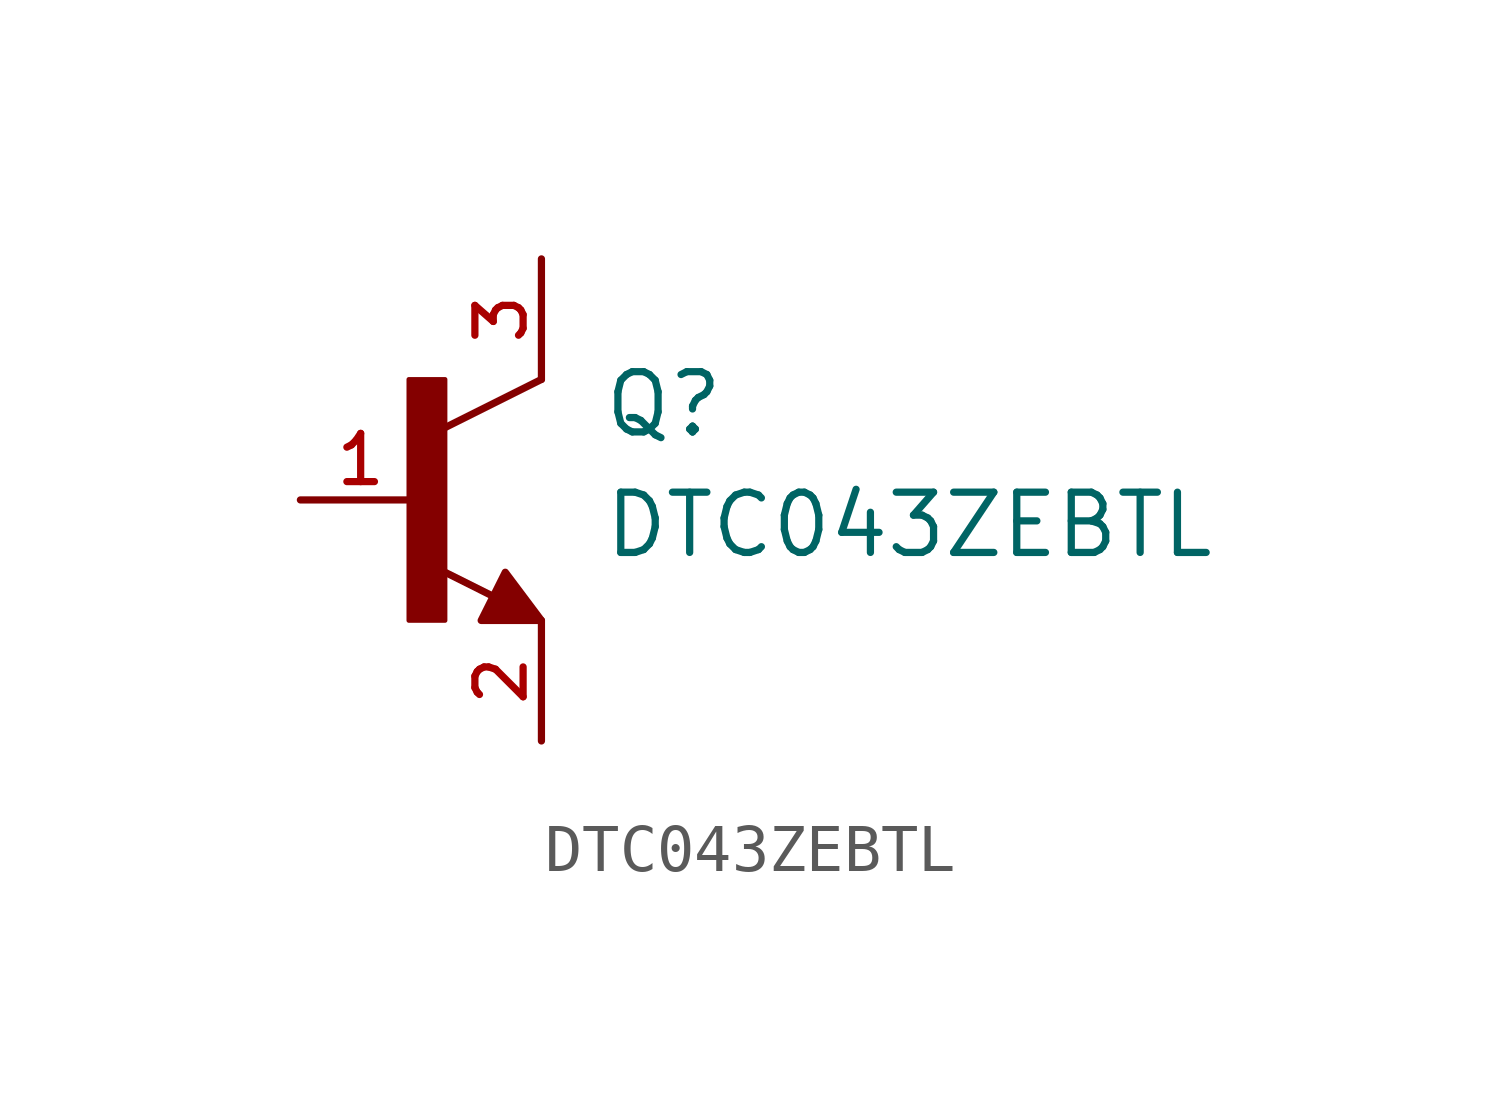
<source format=kicad_sym>
(kicad_symbol_lib
  (version 20211014)
  (generator kicad_symbol_editor)
  (symbol "DTC043ZEBTL"
    (pin_names
      (offset 1.016))
    (property "Reference" "Q"
      (at 3.81 1.27 0)
      (effects (font (size 1.27 1.27)) (justify bottom left)))
    (property "Value" "DTC043ZEBTL"
      (at 3.81 -1.27 0)
      (effects (font (size 1.27 1.27)) (justify bottom left)))
    (symbol "DTC043ZEBTL_0_0"
      (polyline (pts (xy 2.54 2.54) (xy 0.508 1.524)) (stroke (width 0.152)))
      (polyline (pts (xy 1.54 -2.04) (xy 0.308 -1.424)) (stroke (width 0.152)))
      (rectangle (start -0.254 -2.54) (end 0.508 2.54) (stroke (width 0.1)) (fill (type outline)))
      (polyline (pts (xy 1.27 -2.54) (xy 1.778 -1.524) (xy 2.54 -2.54) (xy 1.27 -2.54)) (stroke (width 0.152)) (fill (type outline)))
      (pin passive line (at -2.54 0.0 0) (length 2.54) (name "~" (effects (font (size 1.016 1.016)))) (number "1" (effects (font (size 1.016 1.016)))))
      (pin passive line (at 2.54 -5.08 90.0) (length 2.54) (name "~" (effects (font (size 1.016 1.016)))) (number "2" (effects (font (size 1.016 1.016)))))
      (pin passive line (at 2.54 5.08 270.0) (length 2.54) (name "~" (effects (font (size 1.016 1.016)))) (number "3" (effects (font (size 1.016 1.016))))))))
</source>
